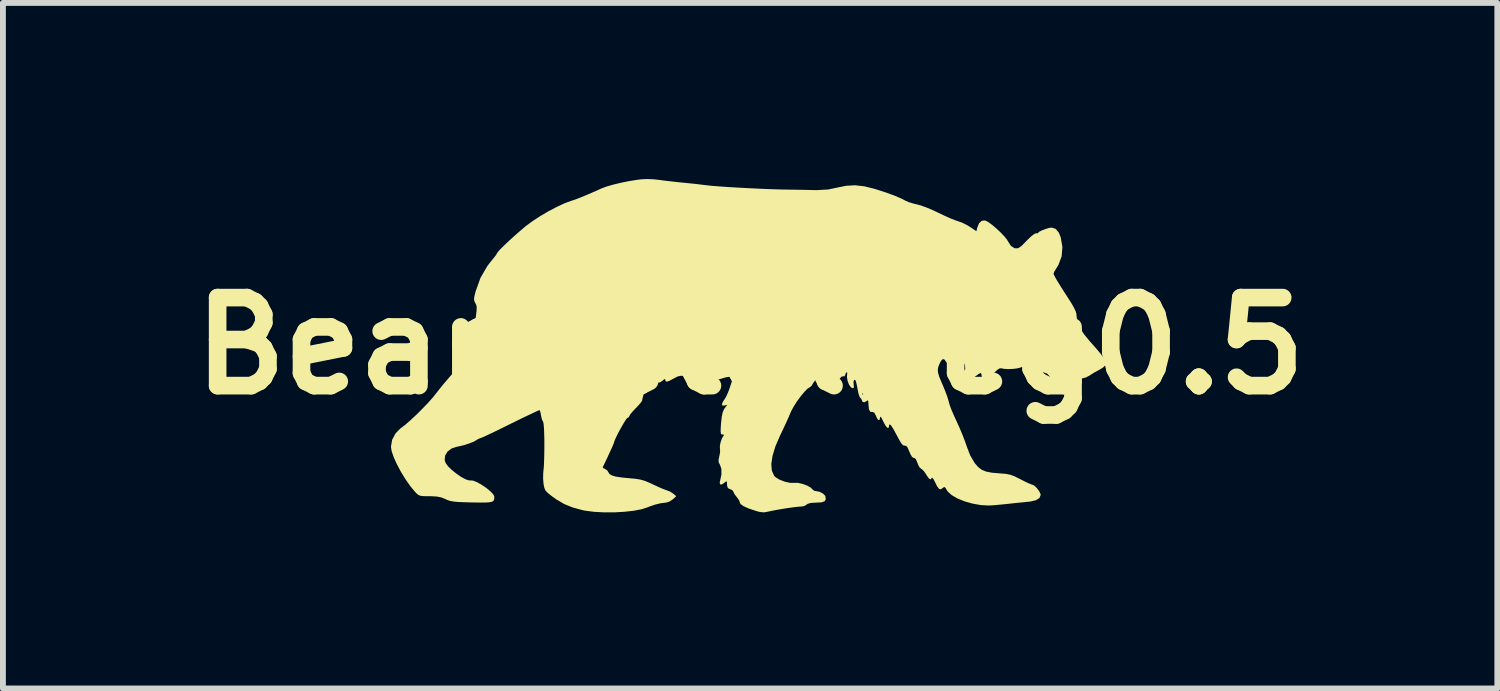
<source format=kicad_pcb>
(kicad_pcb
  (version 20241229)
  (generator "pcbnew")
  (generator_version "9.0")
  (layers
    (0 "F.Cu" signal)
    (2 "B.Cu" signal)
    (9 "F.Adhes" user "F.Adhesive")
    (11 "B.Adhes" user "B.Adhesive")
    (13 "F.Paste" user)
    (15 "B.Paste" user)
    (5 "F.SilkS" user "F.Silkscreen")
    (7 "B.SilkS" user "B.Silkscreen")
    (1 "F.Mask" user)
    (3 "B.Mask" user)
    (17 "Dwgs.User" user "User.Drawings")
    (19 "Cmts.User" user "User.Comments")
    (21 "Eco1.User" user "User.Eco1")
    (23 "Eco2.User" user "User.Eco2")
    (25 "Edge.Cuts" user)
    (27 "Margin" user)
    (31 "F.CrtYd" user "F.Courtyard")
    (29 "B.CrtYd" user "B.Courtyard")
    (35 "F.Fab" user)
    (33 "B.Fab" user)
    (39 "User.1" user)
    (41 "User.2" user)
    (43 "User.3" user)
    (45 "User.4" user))
  (footprint "BearMetalNeg0.5"
    (layer "F.Cu")
    (at 9.729 2.841)
    (property "Reference" "BearMetalNeg0.5" (at 0 0 0) (layer "F.SilkS") (effects (font (size 1.5 1.5) (thickness 0.3))))
    (attr board_only exclude_from_pos_files exclude_from_bom)
    (fp_poly (pts (xy -1.648 -2.837) (xy -1.554 -2.827) (xy -1.458 -2.814) (xy -1.337 -2.8) (xy -1.213 -2.786) (xy -1.161 -2.781) (xy -1.04 -2.769) (xy -0.913 -2.756) (xy -0.8 -2.742) (xy -0.76 -2.737) (xy -0.671 -2.727) (xy -0.546 -2.717) (xy -0.394 -2.706) (xy -0.222 -2.696) (xy -0.039 -2.686) (xy 0.149 -2.677) (xy 0.332 -2.669) (xy 0.502 -2.664) (xy 0.653 -2.661) (xy 0.657 -2.661) (xy 0.786 -2.659) (xy 0.919 -2.657) (xy 1.038 -2.654) (xy 1.128 -2.652) (xy 1.329 -2.663) (xy 1.467 -2.692) (xy 1.632 -2.726) (xy 1.787 -2.735) (xy 1.947 -2.717) (xy 2.119 -2.674) (xy 2.316 -2.611) (xy 2.476 -2.552) (xy 2.597 -2.498) (xy 2.639 -2.475) (xy 2.697 -2.449) (xy 2.778 -2.424) (xy 2.836 -2.41) (xy 2.914 -2.389) (xy 3.017 -2.351) (xy 3.132 -2.302) (xy 3.208 -2.265) (xy 3.311 -2.216) (xy 3.409 -2.172) (xy 3.49 -2.14) (xy 3.54 -2.123) (xy 3.611 -2.098) (xy 3.693 -2.057) (xy 3.743 -2.027) (xy 3.854 -1.952) (xy 3.868 -2.011) (xy 3.899 -2.088) (xy 3.947 -2.131) (xy 4.004 -2.135) (xy 4.052 -2.111) (xy 4.119 -2.063) (xy 4.194 -1.999) (xy 4.27 -1.928) (xy 4.334 -1.86) (xy 4.379 -1.803) (xy 4.388 -1.786) (xy 4.44 -1.705) (xy 4.5 -1.663) (xy 4.562 -1.661) (xy 4.623 -1.701) (xy 4.623 -1.702) (xy 4.721 -1.802) (xy 4.793 -1.87) (xy 4.843 -1.908) (xy 4.873 -1.918) (xy 4.876 -1.917) (xy 4.902 -1.918) (xy 4.905 -1.925) (xy 4.924 -1.943) (xy 4.971 -1.967) (xy 5.031 -1.99) (xy 5.092 -2.008) (xy 5.135 -2.014) (xy 5.203 -1.993) (xy 5.256 -1.932) (xy 5.29 -1.849) (xy 5.319 -1.683) (xy 5.306 -1.525) (xy 5.251 -1.377) (xy 5.209 -1.31) (xy 5.18 -1.263) (xy 5.168 -1.23) (xy 5.168 -1.229) (xy 5.18 -1.197) (xy 5.215 -1.133) (xy 5.273 -1.038) (xy 5.35 -0.916) (xy 5.402 -0.836) (xy 5.469 -0.731) (xy 5.514 -0.654) (xy 5.542 -0.595) (xy 5.557 -0.548) (xy 5.561 -0.502) (xy 5.561 -0.495) (xy 5.575 -0.404) (xy 5.616 -0.306) (xy 5.689 -0.195) (xy 5.795 -0.066) (xy 5.832 -0.025) (xy 5.905 0.057) (xy 5.969 0.134) (xy 6.017 0.198) (xy 6.038 0.233) (xy 6.057 0.288) (xy 6.049 0.332) (xy 6.009 0.372) (xy 5.932 0.417) (xy 5.925 0.421) (xy 5.855 0.459) (xy 5.792 0.499) (xy 5.779 0.508) (xy 5.716 0.54) (xy 5.643 0.558) (xy 5.638 0.559) (xy 5.578 0.57) (xy 5.536 0.587) (xy 5.532 0.59) (xy 5.501 0.602) (xy 5.445 0.61) (xy 5.378 0.613) (xy 5.315 0.61) (xy 5.27 0.603) (xy 5.255 0.592) (xy 5.236 0.575) (xy 5.189 0.559) (xy 5.176 0.556) (xy 5.114 0.535) (xy 5.086 0.503) (xy 5.059 0.473) (xy 4.995 0.452) (xy 4.975 0.449) (xy 4.893 0.432) (xy 4.799 0.405) (xy 4.759 0.391) (xy 4.678 0.366) (xy 4.624 0.362) (xy 4.603 0.37) (xy 4.553 0.384) (xy 4.477 0.393) (xy 4.394 0.396) (xy 4.322 0.392) (xy 4.286 0.384) (xy 4.251 0.383) (xy 4.207 0.412) (xy 4.172 0.446) (xy 4.1 0.511) (xy 4.035 0.55) (xy 3.983 0.56) (xy 3.95 0.54) (xy 3.941 0.502) (xy 3.938 0.471) (xy 3.922 0.464) (xy 3.887 0.483) (xy 3.842 0.517) (xy 3.783 0.554) (xy 3.731 0.563) (xy 3.7 0.558) (xy 3.64 0.533) (xy 3.618 0.494) (xy 3.636 0.447) (xy 3.638 0.446) (xy 3.665 0.391) (xy 3.658 0.325) (xy 3.639 0.277) (xy 3.618 0.236) (xy 3.6 0.231) (xy 3.574 0.258) (xy 3.573 0.259) (xy 3.536 0.308) (xy 3.514 0.339) (xy 3.478 0.365) (xy 3.428 0.359) (xy 3.377 0.325) (xy 3.346 0.284) (xy 3.323 0.252) (xy 3.372 0.252) (xy 3.383 0.263) (xy 3.394 0.252) (xy 3.383 0.241) (xy 3.372 0.252) (xy 3.323 0.252) (xy 3.311 0.234) (xy 3.282 0.225) (xy 3.252 0.256) (xy 3.228 0.301) (xy 3.206 0.355) (xy 3.196 0.403) (xy 3.2 0.457) (xy 3.22 0.525) (xy 3.258 0.617) (xy 3.283 0.675) (xy 3.322 0.77) (xy 3.356 0.861) (xy 3.378 0.932) (xy 3.384 0.956) (xy 3.399 1.009) (xy 3.429 1.09) (xy 3.471 1.187) (xy 3.514 1.281) (xy 3.567 1.397) (xy 3.619 1.521) (xy 3.663 1.636) (xy 3.686 1.704) (xy 3.747 1.864) (xy 3.822 1.993) (xy 3.827 2) (xy 3.883 2.065) (xy 3.944 2.111) (xy 4.018 2.142) (xy 4.114 2.161) (xy 4.244 2.172) (xy 4.27 2.174) (xy 4.36 2.182) (xy 4.434 2.197) (xy 4.508 2.225) (xy 4.6 2.271) (xy 4.606 2.274) (xy 4.686 2.315) (xy 4.753 2.346) (xy 4.797 2.363) (xy 4.806 2.365) (xy 4.841 2.382) (xy 4.884 2.424) (xy 4.923 2.476) (xy 4.946 2.524) (xy 4.949 2.538) (xy 4.929 2.591) (xy 4.871 2.629) (xy 4.772 2.653) (xy 4.73 2.657) (xy 4.642 2.666) (xy 4.53 2.677) (xy 4.413 2.69) (xy 4.368 2.695) (xy 4.264 2.705) (xy 4.166 2.714) (xy 4.089 2.719) (xy 4.062 2.72) (xy 3.928 2.713) (xy 3.789 2.688) (xy 3.655 2.65) (xy 3.533 2.601) (xy 3.434 2.544) (xy 3.367 2.484) (xy 3.35 2.459) (xy 3.324 2.415) (xy 3.304 2.405) (xy 3.279 2.423) (xy 3.247 2.445) (xy 3.217 2.436) (xy 3.184 2.392) (xy 3.151 2.326) (xy 3.124 2.273) (xy 3.102 2.248) (xy 3.094 2.25) (xy 3.074 2.275) (xy 3.046 2.261) (xy 3.007 2.207) (xy 2.998 2.191) (xy 2.961 2.137) (xy 2.925 2.102) (xy 2.914 2.096) (xy 2.885 2.071) (xy 2.858 2.018) (xy 2.85 1.995) (xy 2.823 1.931) (xy 2.794 1.909) (xy 2.789 1.91) (xy 2.759 1.895) (xy 2.727 1.839) (xy 2.712 1.803) (xy 2.683 1.736) (xy 2.658 1.704) (xy 2.632 1.701) (xy 2.608 1.696) (xy 2.58 1.668) (xy 2.544 1.611) (xy 2.497 1.523) (xy 2.442 1.422) (xy 2.403 1.36) (xy 2.378 1.337) (xy 2.366 1.352) (xy 2.365 1.369) (xy 2.357 1.4) (xy 2.335 1.395) (xy 2.304 1.357) (xy 2.268 1.29) (xy 2.266 1.286) (xy 2.236 1.225) (xy 2.218 1.205) (xy 2.213 1.221) (xy 2.204 1.262) (xy 2.184 1.265) (xy 2.159 1.231) (xy 2.143 1.193) (xy 2.115 1.139) (xy 2.086 1.127) (xy 2.083 1.128) (xy 2.046 1.124) (xy 2.023 1.08) (xy 2.015 0.997) (xy 2.012 0.944) (xy 2.002 0.928) (xy 1.988 0.937) (xy 1.949 0.961) (xy 1.916 0.957) (xy 1.905 0.932) (xy 1.891 0.899) (xy 1.881 0.893) (xy 1.864 0.869) (xy 1.848 0.821) (xy 1.905 0.821) (xy 1.916 0.832) (xy 1.927 0.821) (xy 1.916 0.81) (xy 1.905 0.821) (xy 1.848 0.821) (xy 1.846 0.816) (xy 1.838 0.777) (xy 1.819 0.679) (xy 1.805 0.618) (xy 1.793 0.586) (xy 1.78 0.578) (xy 1.772 0.581) (xy 1.76 0.611) (xy 1.763 0.659) (xy 1.768 0.706) (xy 1.751 0.722) (xy 1.745 0.723) (xy 1.712 0.703) (xy 1.681 0.655) (xy 1.658 0.591) (xy 1.648 0.527) (xy 1.651 0.5) (xy 1.654 0.457) (xy 1.642 0.449) (xy 1.642 0.449) (xy 1.622 0.48) (xy 1.62 0.496) (xy 1.606 0.52) (xy 1.588 0.518) (xy 1.553 0.527) (xy 1.518 0.57) (xy 1.481 0.617) (xy 1.448 0.634) (xy 1.427 0.62) (xy 1.423 0.599) (xy 1.42 0.575) (xy 1.403 0.581) (xy 1.383 0.599) (xy 1.336 0.63) (xy 1.305 0.631) (xy 1.296 0.602) (xy 1.298 0.591) (xy 1.296 0.555) (xy 1.277 0.547) (xy 1.253 0.533) (xy 1.255 0.516) (xy 1.252 0.5) (xy 1.225 0.506) (xy 1.185 0.529) (xy 1.139 0.562) (xy 1.099 0.599) (xy 1.074 0.634) (xy 1.072 0.637) (xy 1.045 0.683) (xy 1.017 0.705) (xy 0.978 0.729) (xy 0.925 0.783) (xy 0.864 0.856) (xy 0.801 0.941) (xy 0.745 1.028) (xy 0.701 1.109) (xy 0.69 1.133) (xy 0.656 1.214) (xy 0.608 1.32) (xy 0.554 1.435) (xy 0.511 1.525) (xy 0.431 1.71) (xy 0.381 1.873) (xy 0.36 2.013) (xy 0.369 2.126) (xy 0.408 2.212) (xy 0.432 2.238) (xy 0.502 2.281) (xy 0.592 2.315) (xy 0.683 2.335) (xy 0.752 2.334) (xy 0.816 2.335) (xy 0.895 2.353) (xy 0.973 2.382) (xy 1.034 2.417) (xy 1.058 2.443) (xy 1.092 2.47) (xy 1.117 2.474) (xy 1.181 2.486) (xy 1.241 2.517) (xy 1.278 2.555) (xy 1.281 2.562) (xy 1.288 2.616) (xy 1.267 2.649) (xy 1.211 2.667) (xy 1.128 2.671) (xy 1.035 2.676) (xy 0.979 2.692) (xy 0.963 2.704) (xy 0.922 2.729) (xy 0.877 2.737) (xy 0.819 2.741) (xy 0.731 2.751) (xy 0.625 2.766) (xy 0.515 2.784) (xy 0.414 2.802) (xy 0.333 2.818) (xy 0.309 2.824) (xy 0.238 2.837) (xy 0.167 2.831) (xy 0.107 2.815) (xy -0.023 2.772) (xy -0.114 2.731) (xy -0.165 2.694) (xy -0.175 2.67) (xy -0.189 2.631) (xy -0.224 2.582) (xy -0.23 2.575) (xy -0.266 2.528) (xy -0.284 2.491) (xy -0.285 2.487) (xy -0.303 2.46) (xy -0.339 2.443) (xy -0.379 2.424) (xy -0.393 2.383) (xy -0.394 2.361) (xy -0.396 2.316) (xy -0.408 2.308) (xy -0.434 2.329) (xy -0.482 2.361) (xy -0.512 2.361) (xy -0.519 2.33) (xy -0.516 2.316) (xy -0.49 2.196) (xy -0.49 2.097) (xy -0.513 2.03) (xy -0.536 1.985) (xy -0.538 1.937) (xy -0.526 1.884) (xy -0.513 1.817) (xy -0.513 1.762) (xy -0.515 1.751) (xy -0.516 1.702) (xy -0.502 1.636) (xy -0.479 1.573) (xy -0.453 1.531) (xy -0.449 1.528) (xy -0.448 1.515) (xy -0.469 1.511) (xy -0.488 1.508) (xy -0.499 1.493) (xy -0.503 1.458) (xy -0.501 1.394) (xy -0.496 1.319) (xy -0.484 1.209) (xy -0.468 1.133) (xy -0.445 1.079) (xy -0.435 1.065) (xy -0.39 1.003) (xy -0.436 1.017) (xy -0.473 1.018) (xy -0.481 0.992) (xy -0.459 0.944) (xy -0.438 0.914) (xy -0.407 0.862) (xy -0.374 0.787) (xy -0.353 0.73) (xy -0.328 0.655) (xy -0.307 0.593) (xy -0.296 0.564) (xy -0.299 0.535) (xy -0.338 0.525) (xy -0.413 0.536) (xy -0.52 0.568) (xy -0.527 0.57) (xy -0.606 0.594) (xy -0.67 0.603) (xy -0.74 0.599) (xy -0.805 0.59) (xy -0.885 0.575) (xy -0.951 0.56) (xy -0.986 0.548) (xy -1.028 0.534) (xy -1.092 0.519) (xy -1.112 0.515) (xy -1.178 0.51) (xy -1.235 0.522) (xy -1.301 0.556) (xy -1.376 0.596) (xy -1.421 0.611) (xy -1.442 0.6) (xy -1.445 0.58) (xy -1.452 0.564) (xy -1.477 0.58) (xy -1.491 0.593) (xy -1.534 0.622) (xy -1.569 0.626) (xy -1.609 0.63) (xy -1.637 0.648) (xy -1.666 0.672) (xy -1.687 0.662) (xy -1.698 0.648) (xy -1.724 0.619) (xy -1.736 0.613) (xy -1.747 0.632) (xy -1.766 0.681) (xy -1.789 0.747) (xy -1.812 0.817) (xy -1.83 0.88) (xy -1.839 0.923) (xy -1.839 0.93) (xy -1.854 0.956) (xy -1.892 1.003) (xy -1.946 1.06) (xy -1.949 1.062) (xy -2.003 1.12) (xy -2.043 1.168) (xy -2.058 1.197) (xy -2.058 1.198) (xy -2.076 1.224) (xy -2.089 1.226) (xy -2.107 1.244) (xy -2.139 1.292) (xy -2.179 1.36) (xy -2.223 1.438) (xy -2.264 1.517) (xy -2.297 1.586) (xy -2.317 1.636) (xy -2.321 1.653) (xy -2.33 1.676) (xy -2.352 1.728) (xy -2.385 1.799) (xy -2.421 1.878) (xy -2.457 1.955) (xy -2.488 2.019) (xy -2.509 2.061) (xy -2.512 2.065) (xy -2.503 2.084) (xy -2.477 2.095) (xy -2.434 2.123) (xy -2.418 2.149) (xy -2.397 2.183) (xy -2.354 2.209) (xy -2.284 2.229) (xy -2.18 2.244) (xy -2.064 2.255) (xy -1.952 2.265) (xy -1.869 2.279) (xy -1.795 2.3) (xy -1.716 2.333) (xy -1.658 2.36) (xy -1.571 2.401) (xy -1.492 2.435) (xy -1.435 2.457) (xy -1.421 2.461) (xy -1.361 2.485) (xy -1.311 2.518) (xy -1.259 2.562) (xy -1.32 2.617) (xy -1.377 2.654) (xy -1.435 2.671) (xy -1.441 2.672) (xy -1.521 2.681) (xy -1.62 2.705) (xy -1.719 2.739) (xy -1.741 2.749) (xy -1.845 2.783) (xy -1.981 2.809) (xy -2.141 2.827) (xy -2.313 2.837) (xy -2.489 2.837) (xy -2.656 2.828) (xy -2.806 2.809) (xy -2.856 2.799) (xy -3.023 2.754) (xy -3.166 2.696) (xy -3.302 2.616) (xy -3.38 2.56) (xy -3.446 2.508) (xy -3.485 2.467) (xy -3.506 2.422) (xy -3.519 2.359) (xy -3.519 2.357) (xy -3.527 2.265) (xy -3.525 2.164) (xy -3.521 2.124) (xy -3.514 2.05) (xy -3.51 1.952) (xy -3.507 1.839) (xy -3.506 1.718) (xy -3.506 1.598) (xy -3.509 1.487) (xy -3.513 1.394) (xy -3.519 1.326) (xy -3.527 1.292) (xy -3.528 1.29) (xy -3.545 1.261) (xy -3.559 1.206) (xy -3.563 1.186) (xy -3.573 1.13) (xy -3.585 1.098) (xy -3.588 1.095) (xy -3.614 1.105) (xy -3.678 1.134) (xy -3.781 1.183) (xy -3.921 1.25) (xy -4.098 1.337) (xy -4.311 1.442) (xy -4.346 1.459) (xy -4.441 1.504) (xy -4.521 1.542) (xy -4.579 1.567) (xy -4.607 1.577) (xy -4.607 1.577) (xy -4.639 1.59) (xy -4.662 1.606) (xy -4.709 1.633) (xy -4.785 1.663) (xy -4.874 1.692) (xy -4.964 1.713) (xy -4.996 1.719) (xy -5.087 1.749) (xy -5.156 1.802) (xy -5.197 1.871) (xy -5.204 1.946) (xy -5.187 1.997) (xy -5.146 2.053) (xy -5.082 2.115) (xy -5.005 2.177) (xy -4.925 2.232) (xy -4.85 2.273) (xy -4.791 2.293) (xy -4.766 2.293) (xy -4.72 2.296) (xy -4.653 2.323) (xy -4.576 2.366) (xy -4.497 2.419) (xy -4.428 2.476) (xy -4.378 2.528) (xy -4.358 2.57) (xy -4.358 2.573) (xy -4.36 2.61) (xy -4.37 2.637) (xy -4.395 2.655) (xy -4.439 2.665) (xy -4.51 2.67) (xy -4.612 2.67) (xy -4.743 2.668) (xy -4.879 2.664) (xy -4.979 2.66) (xy -5.052 2.653) (xy -5.107 2.643) (xy -5.151 2.629) (xy -5.191 2.611) (xy -5.26 2.583) (xy -5.335 2.568) (xy -5.432 2.562) (xy -5.466 2.562) (xy -5.554 2.561) (xy -5.611 2.556) (xy -5.649 2.542) (xy -5.681 2.517) (xy -5.706 2.491) (xy -5.79 2.39) (xy -5.873 2.271) (xy -5.951 2.143) (xy -6.019 2.015) (xy -6.073 1.895) (xy -6.108 1.792) (xy -6.119 1.719) (xy -6.099 1.601) (xy -6.041 1.492) (xy -5.956 1.405) (xy -5.945 1.398) (xy -5.874 1.344) (xy -5.784 1.265) (xy -5.682 1.17) (xy -5.579 1.067) (xy -5.483 0.967) (xy -5.402 0.876) (xy -5.359 0.821) (xy -5.296 0.741) (xy -5.219 0.646) (xy -5.141 0.555) (xy -5.125 0.536) (xy -5.095 0.502) (xy 1.166 0.502) (xy 1.169 0.504) (xy 1.189 0.488) (xy 1.193 0.482) (xy 1.199 0.461) (xy 1.196 0.46) (xy 1.176 0.475) (xy 1.171 0.482) (xy 1.166 0.502) (xy -5.095 0.502) (xy -5.058 0.459) (xy -4.999 0.384) (xy -4.956 0.323) (xy -4.946 0.307) (xy -4.904 0.233) (xy -4.86 0.158) (xy -4.857 0.153) (xy -4.801 0.045) (xy -4.755 -0.079) (xy -4.718 -0.229) (xy -4.687 -0.405) (xy -4.67 -0.518) (xy -4.661 -0.596) (xy -4.659 -0.649) (xy -4.663 -0.686) (xy -4.675 -0.715) (xy -4.681 -0.726) (xy -4.698 -0.761) (xy -4.704 -0.797) (xy -4.697 -0.847) (xy -4.678 -0.924) (xy -4.675 -0.932) (xy -4.594 -1.158) (xy -4.478 -1.358) (xy -4.413 -1.442) (xy -4.364 -1.502) (xy -4.328 -1.549) (xy -4.314 -1.574) (xy -4.314 -1.574) (xy -4.298 -1.599) (xy -4.255 -1.647) (xy -4.19 -1.711) (xy -4.109 -1.788) (xy -4.019 -1.87) (xy -3.925 -1.952) (xy -3.834 -2.029) (xy -3.817 -2.043) (xy -3.707 -2.124) (xy -3.576 -2.21) (xy -3.434 -2.293) (xy -3.292 -2.367) (xy -3.162 -2.428) (xy -3.054 -2.468) (xy -3.044 -2.471) (xy -2.977 -2.493) (xy -2.88 -2.531) (xy -2.76 -2.581) (xy -2.625 -2.639) (xy -2.529 -2.683) (xy -2.447 -2.713) (xy -2.333 -2.746) (xy -2.2 -2.778) (xy -2.06 -2.806) (xy -1.925 -2.828) (xy -1.85 -2.837) (xy -1.758 -2.841)) (stroke (width 0) (type solid)) (fill yes) (layer "F.SilkS")))
  (gr_rect
    (start -3 -3)
    (end 22.457 8.678)
    (stroke (width 0.1) (type default))
    (fill no)
    (layer "Edge.Cuts")))
</source>
